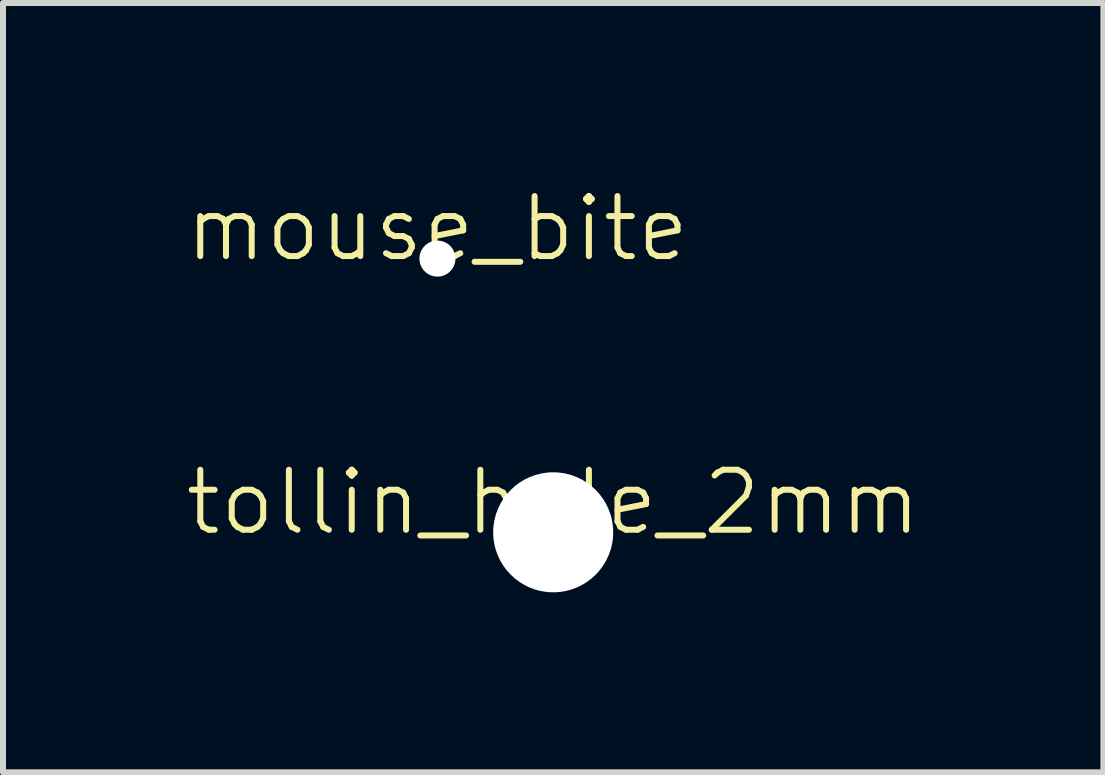
<source format=kicad_pcb>
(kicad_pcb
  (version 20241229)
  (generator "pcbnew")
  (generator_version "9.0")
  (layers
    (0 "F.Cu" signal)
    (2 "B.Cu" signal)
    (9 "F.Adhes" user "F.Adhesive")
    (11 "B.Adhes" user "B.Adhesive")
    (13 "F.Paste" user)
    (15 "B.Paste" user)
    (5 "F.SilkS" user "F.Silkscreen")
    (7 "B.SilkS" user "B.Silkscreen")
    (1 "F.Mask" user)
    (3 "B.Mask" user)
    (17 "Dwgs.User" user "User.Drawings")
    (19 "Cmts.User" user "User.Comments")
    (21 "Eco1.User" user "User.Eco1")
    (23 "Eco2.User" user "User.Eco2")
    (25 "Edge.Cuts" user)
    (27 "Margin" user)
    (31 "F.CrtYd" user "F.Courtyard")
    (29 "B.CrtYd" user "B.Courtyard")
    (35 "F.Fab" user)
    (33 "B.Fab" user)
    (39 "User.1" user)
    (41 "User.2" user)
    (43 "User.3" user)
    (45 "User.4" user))
  (footprint "tollin_hole_2mm"
    (layer "F.Cu")
    (at 6.169 5.821)
    (property "Reference" "tollin_hole_2mm" (at 0 -0.5 0) (unlocked yes) (layer "F.SilkS") (effects (font (size 1 1) (thickness 0.1))))
    (attr through_hole)
    (pad "" np_thru_hole circle (at 0 0) (size 2 2) (drill 2) (layers "*.Cu" "*.Mask")))
  (footprint "mouse_bite"
    (layer "F.Cu")
    (at 4.24 1.26)
    (property "Reference" "mouse_bite" (at 0 -0.5 0) (unlocked yes) (layer "F.SilkS") (effects (font (size 1 1) (thickness 0.1))))
    (attr through_hole)
    (pad "" np_thru_hole circle (at 0 0) (size 0.6 0.6) (drill 0.6) (layers "*.Cu" "*.Mask")))
  (gr_rect
    (start -3 -3)
    (end 15.338 9.821)
    (stroke (width 0.1) (type default))
    (fill no)
    (layer "Edge.Cuts")))
</source>
